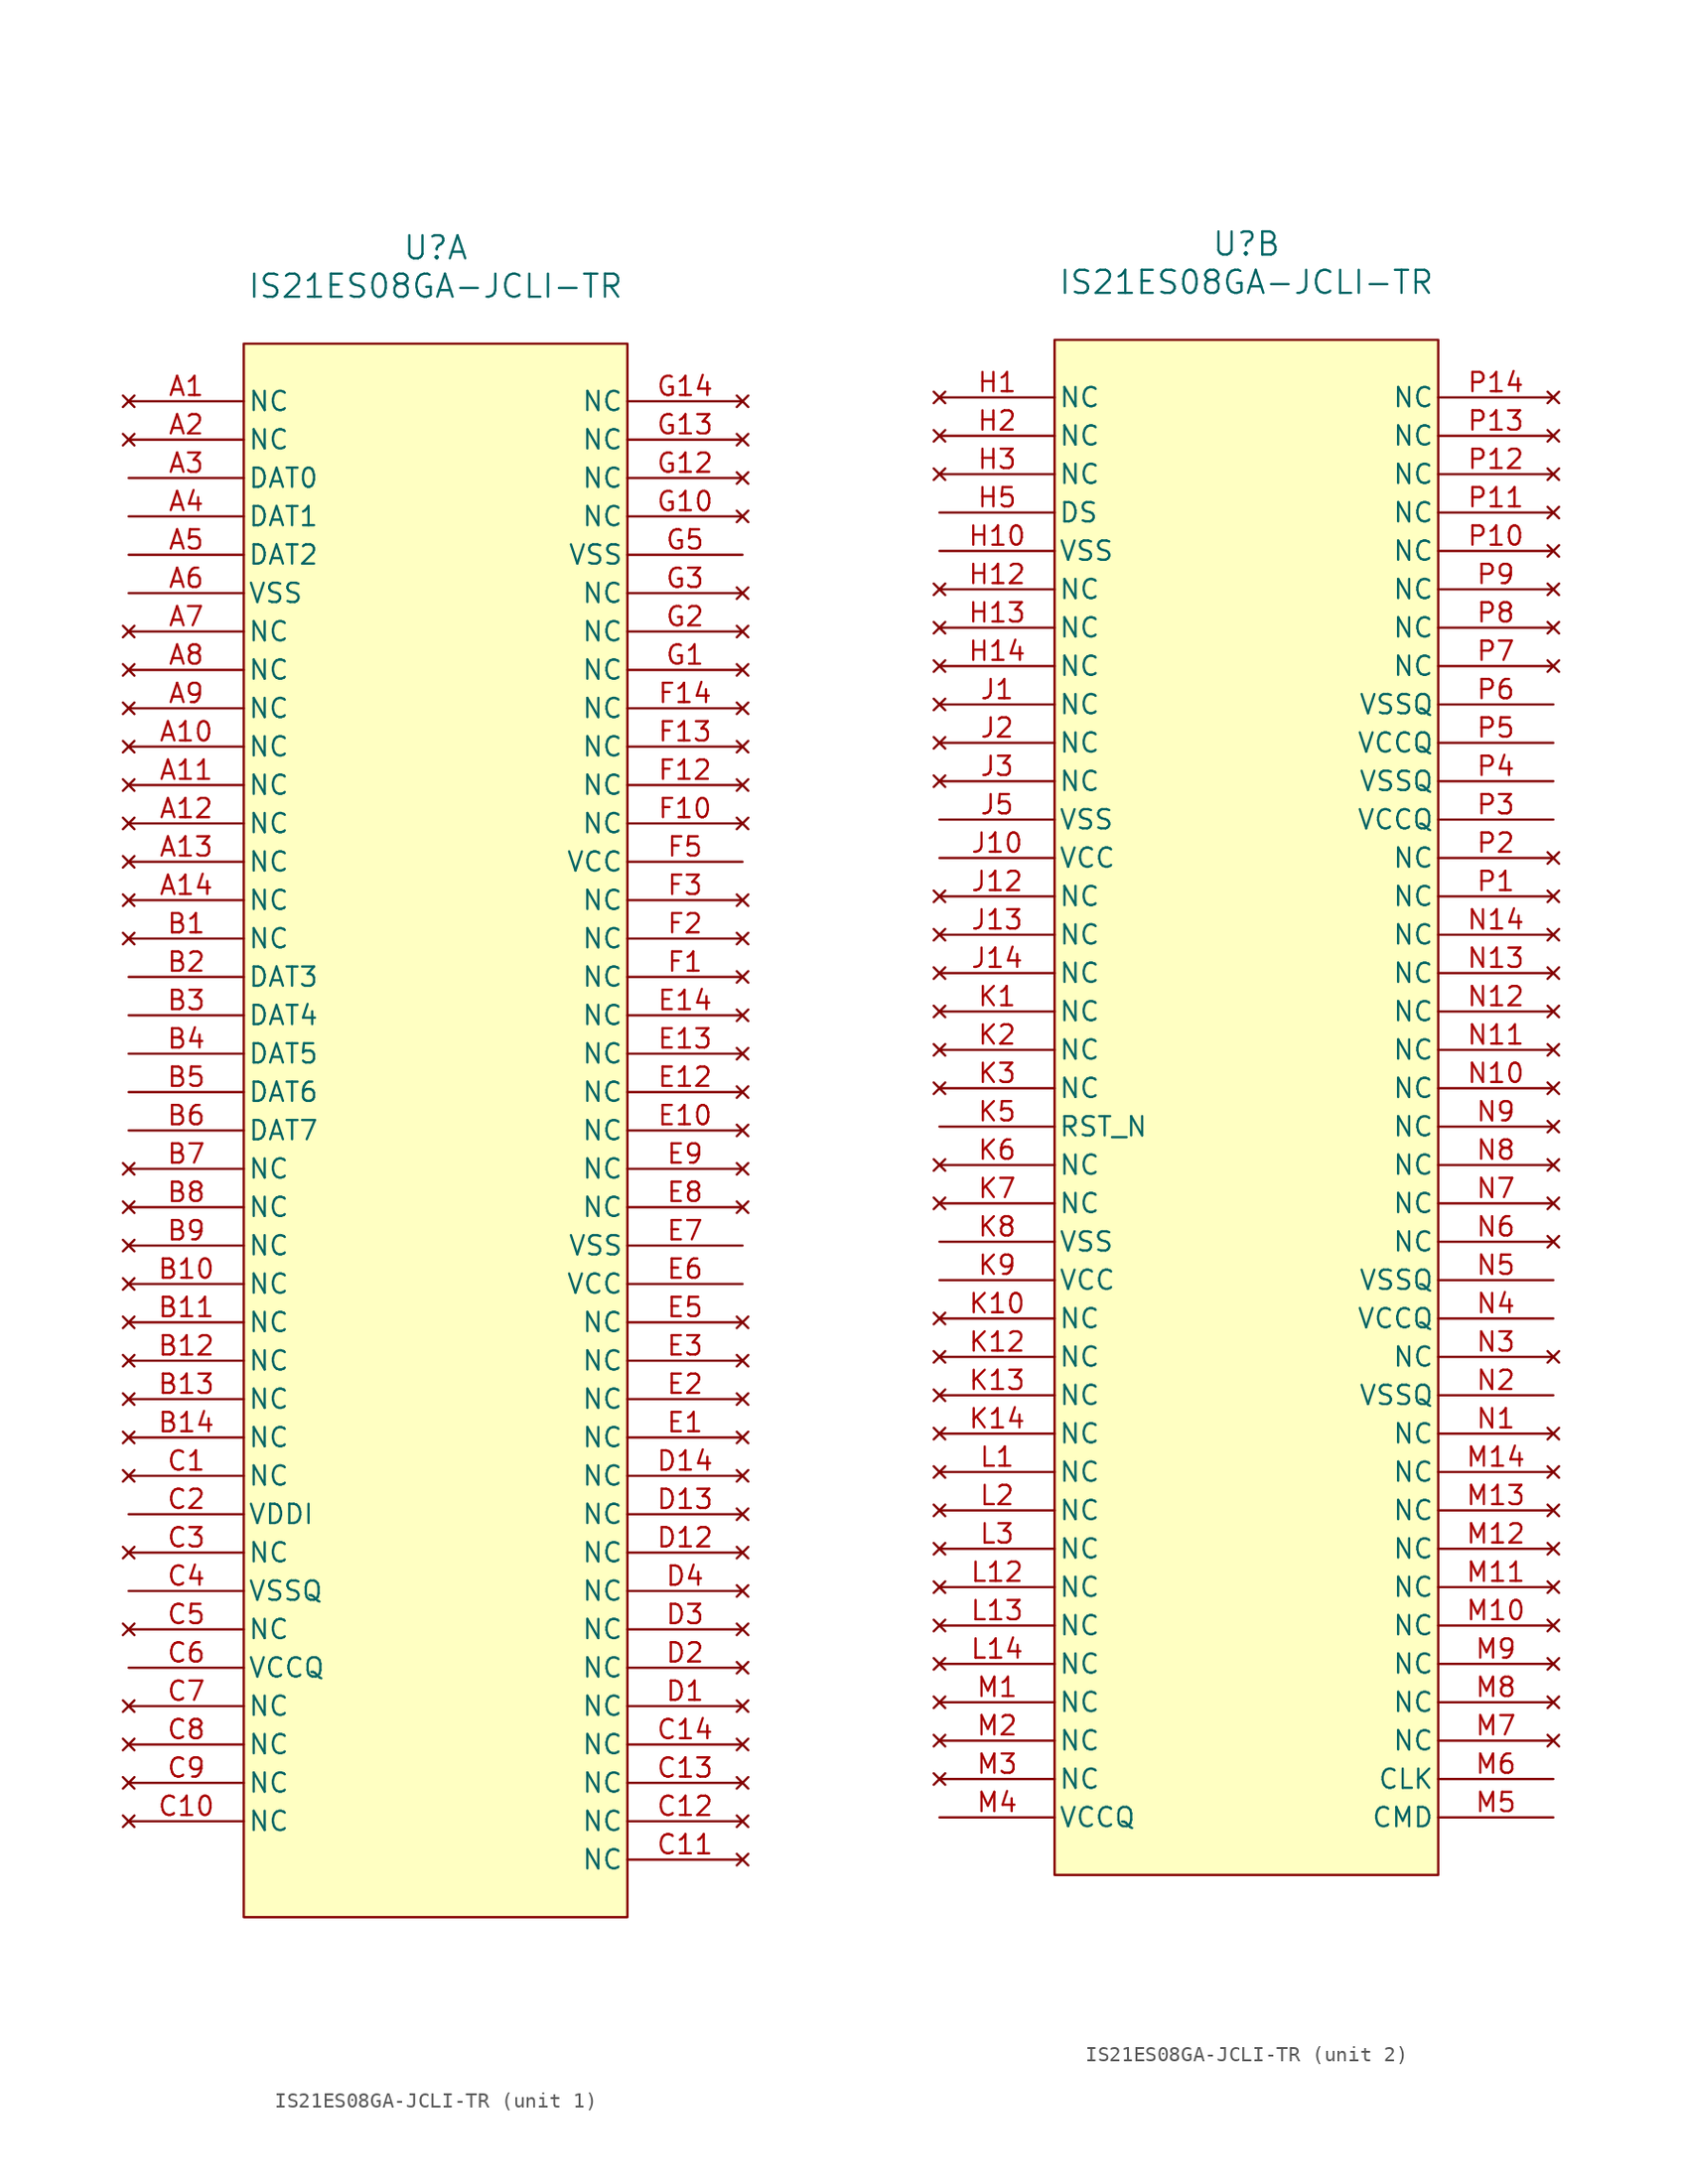
<source format=kicad_sym>
(kicad_symbol_lib
  (version 20241209)
  (generator "kicad_symbol_editor")
  (generator_version "9.0")
  (symbol "IS21ES08GA-JCLI-TR"
    (pin_names
      (offset 0.254))
    (property "Reference" "U"
      (at 20.32 10.16 0)
      (effects (font (size 1.524 1.524))))
    (property "Value" "IS21ES08GA-JCLI-TR"
      (at 20.32 7.62 0)
      (effects (font (size 1.524 1.524))))
    (property "ki_locked" ""
      (at 0 0 0)
      (effects (font (size 1.27 1.27))))
    (symbol "IS21ES08GA-JCLI-TR_1_1"
      (rectangle (start 7.62 3.81) (end 33.02 -100.33) (stroke (width 0) (type default)) (fill (type background)))
      (pin no_connect line (at 0 0 0) (length 7.62) (name "NC" (effects (font (size 1.27 1.27)))) (number "A1" (effects (font (size 1.27 1.27)))))
      (pin no_connect line (at 0 -2.54 0) (length 7.62) (name "NC" (effects (font (size 1.27 1.27)))) (number "A2" (effects (font (size 1.27 1.27)))))
      (pin bidirectional line (at 0 -5.08 0) (length 7.62) (name "DAT0" (effects (font (size 1.27 1.27)))) (number "A3" (effects (font (size 1.27 1.27)))))
      (pin bidirectional line (at 0 -7.62 0) (length 7.62) (name "DAT1" (effects (font (size 1.27 1.27)))) (number "A4" (effects (font (size 1.27 1.27)))))
      (pin bidirectional line (at 0 -10.16 0) (length 7.62) (name "DAT2" (effects (font (size 1.27 1.27)))) (number "A5" (effects (font (size 1.27 1.27)))))
      (pin power_out line (at 0 -12.7 0) (length 7.62) (name "VSS" (effects (font (size 1.27 1.27)))) (number "A6" (effects (font (size 1.27 1.27)))))
      (pin no_connect line (at 0 -15.24 0) (length 7.62) (name "NC" (effects (font (size 1.27 1.27)))) (number "A7" (effects (font (size 1.27 1.27)))))
      (pin no_connect line (at 0 -17.78 0) (length 7.62) (name "NC" (effects (font (size 1.27 1.27)))) (number "A8" (effects (font (size 1.27 1.27)))))
      (pin no_connect line (at 0 -20.32 0) (length 7.62) (name "NC" (effects (font (size 1.27 1.27)))) (number "A9" (effects (font (size 1.27 1.27)))))
      (pin no_connect line (at 0 -22.86 0) (length 7.62) (name "NC" (effects (font (size 1.27 1.27)))) (number "A10" (effects (font (size 1.27 1.27)))))
      (pin no_connect line (at 0 -25.4 0) (length 7.62) (name "NC" (effects (font (size 1.27 1.27)))) (number "A11" (effects (font (size 1.27 1.27)))))
      (pin no_connect line (at 0 -27.94 0) (length 7.62) (name "NC" (effects (font (size 1.27 1.27)))) (number "A12" (effects (font (size 1.27 1.27)))))
      (pin no_connect line (at 0 -30.48 0) (length 7.62) (name "NC" (effects (font (size 1.27 1.27)))) (number "A13" (effects (font (size 1.27 1.27)))))
      (pin no_connect line (at 0 -33.02 0) (length 7.62) (name "NC" (effects (font (size 1.27 1.27)))) (number "A14" (effects (font (size 1.27 1.27)))))
      (pin no_connect line (at 0 -35.56 0) (length 7.62) (name "NC" (effects (font (size 1.27 1.27)))) (number "B1" (effects (font (size 1.27 1.27)))))
      (pin bidirectional line (at 0 -38.1 0) (length 7.62) (name "DAT3" (effects (font (size 1.27 1.27)))) (number "B2" (effects (font (size 1.27 1.27)))))
      (pin bidirectional line (at 0 -40.64 0) (length 7.62) (name "DAT4" (effects (font (size 1.27 1.27)))) (number "B3" (effects (font (size 1.27 1.27)))))
      (pin bidirectional line (at 0 -43.18 0) (length 7.62) (name "DAT5" (effects (font (size 1.27 1.27)))) (number "B4" (effects (font (size 1.27 1.27)))))
      (pin bidirectional line (at 0 -45.72 0) (length 7.62) (name "DAT6" (effects (font (size 1.27 1.27)))) (number "B5" (effects (font (size 1.27 1.27)))))
      (pin bidirectional line (at 0 -48.26 0) (length 7.62) (name "DAT7" (effects (font (size 1.27 1.27)))) (number "B6" (effects (font (size 1.27 1.27)))))
      (pin no_connect line (at 0 -50.8 0) (length 7.62) (name "NC" (effects (font (size 1.27 1.27)))) (number "B7" (effects (font (size 1.27 1.27)))))
      (pin no_connect line (at 0 -53.34 0) (length 7.62) (name "NC" (effects (font (size 1.27 1.27)))) (number "B8" (effects (font (size 1.27 1.27)))))
      (pin no_connect line (at 0 -55.88 0) (length 7.62) (name "NC" (effects (font (size 1.27 1.27)))) (number "B9" (effects (font (size 1.27 1.27)))))
      (pin no_connect line (at 0 -58.42 0) (length 7.62) (name "NC" (effects (font (size 1.27 1.27)))) (number "B10" (effects (font (size 1.27 1.27)))))
      (pin no_connect line (at 0 -60.96 0) (length 7.62) (name "NC" (effects (font (size 1.27 1.27)))) (number "B11" (effects (font (size 1.27 1.27)))))
      (pin no_connect line (at 0 -63.5 0) (length 7.62) (name "NC" (effects (font (size 1.27 1.27)))) (number "B12" (effects (font (size 1.27 1.27)))))
      (pin no_connect line (at 0 -66.04 0) (length 7.62) (name "NC" (effects (font (size 1.27 1.27)))) (number "B13" (effects (font (size 1.27 1.27)))))
      (pin no_connect line (at 0 -68.58 0) (length 7.62) (name "NC" (effects (font (size 1.27 1.27)))) (number "B14" (effects (font (size 1.27 1.27)))))
      (pin no_connect line (at 0 -71.12 0) (length 7.62) (name "NC" (effects (font (size 1.27 1.27)))) (number "C1" (effects (font (size 1.27 1.27)))))
      (pin power_in line (at 0 -73.66 0) (length 7.62) (name "VDDI" (effects (font (size 1.27 1.27)))) (number "C2" (effects (font (size 1.27 1.27)))))
      (pin no_connect line (at 0 -76.2 0) (length 7.62) (name "NC" (effects (font (size 1.27 1.27)))) (number "C3" (effects (font (size 1.27 1.27)))))
      (pin power_out line (at 0 -78.74 0) (length 7.62) (name "VSSQ" (effects (font (size 1.27 1.27)))) (number "C4" (effects (font (size 1.27 1.27)))))
      (pin no_connect line (at 0 -81.28 0) (length 7.62) (name "NC" (effects (font (size 1.27 1.27)))) (number "C5" (effects (font (size 1.27 1.27)))))
      (pin power_in line (at 0 -83.82 0) (length 7.62) (name "VCCQ" (effects (font (size 1.27 1.27)))) (number "C6" (effects (font (size 1.27 1.27)))))
      (pin no_connect line (at 0 -86.36 0) (length 7.62) (name "NC" (effects (font (size 1.27 1.27)))) (number "C7" (effects (font (size 1.27 1.27)))))
      (pin no_connect line (at 0 -88.9 0) (length 7.62) (name "NC" (effects (font (size 1.27 1.27)))) (number "C8" (effects (font (size 1.27 1.27)))))
      (pin no_connect line (at 0 -91.44 0) (length 7.62) (name "NC" (effects (font (size 1.27 1.27)))) (number "C9" (effects (font (size 1.27 1.27)))))
      (pin no_connect line (at 0 -93.98 0) (length 7.62) (name "NC" (effects (font (size 1.27 1.27)))) (number "C10" (effects (font (size 1.27 1.27)))))
      (pin no_connect line (at 40.64 0 180) (length 7.62) (name "NC" (effects (font (size 1.27 1.27)))) (number "G14" (effects (font (size 1.27 1.27)))))
      (pin no_connect line (at 40.64 -2.54 180) (length 7.62) (name "NC" (effects (font (size 1.27 1.27)))) (number "G13" (effects (font (size 1.27 1.27)))))
      (pin no_connect line (at 40.64 -5.08 180) (length 7.62) (name "NC" (effects (font (size 1.27 1.27)))) (number "G12" (effects (font (size 1.27 1.27)))))
      (pin no_connect line (at 40.64 -7.62 180) (length 7.62) (name "NC" (effects (font (size 1.27 1.27)))) (number "G10" (effects (font (size 1.27 1.27)))))
      (pin power_out line (at 40.64 -10.16 180) (length 7.62) (name "VSS" (effects (font (size 1.27 1.27)))) (number "G5" (effects (font (size 1.27 1.27)))))
      (pin no_connect line (at 40.64 -12.7 180) (length 7.62) (name "NC" (effects (font (size 1.27 1.27)))) (number "G3" (effects (font (size 1.27 1.27)))))
      (pin no_connect line (at 40.64 -15.24 180) (length 7.62) (name "NC" (effects (font (size 1.27 1.27)))) (number "G2" (effects (font (size 1.27 1.27)))))
      (pin no_connect line (at 40.64 -17.78 180) (length 7.62) (name "NC" (effects (font (size 1.27 1.27)))) (number "G1" (effects (font (size 1.27 1.27)))))
      (pin no_connect line (at 40.64 -20.32 180) (length 7.62) (name "NC" (effects (font (size 1.27 1.27)))) (number "F14" (effects (font (size 1.27 1.27)))))
      (pin no_connect line (at 40.64 -22.86 180) (length 7.62) (name "NC" (effects (font (size 1.27 1.27)))) (number "F13" (effects (font (size 1.27 1.27)))))
      (pin no_connect line (at 40.64 -25.4 180) (length 7.62) (name "NC" (effects (font (size 1.27 1.27)))) (number "F12" (effects (font (size 1.27 1.27)))))
      (pin no_connect line (at 40.64 -27.94 180) (length 7.62) (name "NC" (effects (font (size 1.27 1.27)))) (number "F10" (effects (font (size 1.27 1.27)))))
      (pin power_in line (at 40.64 -30.48 180) (length 7.62) (name "VCC" (effects (font (size 1.27 1.27)))) (number "F5" (effects (font (size 1.27 1.27)))))
      (pin no_connect line (at 40.64 -33.02 180) (length 7.62) (name "NC" (effects (font (size 1.27 1.27)))) (number "F3" (effects (font (size 1.27 1.27)))))
      (pin no_connect line (at 40.64 -35.56 180) (length 7.62) (name "NC" (effects (font (size 1.27 1.27)))) (number "F2" (effects (font (size 1.27 1.27)))))
      (pin no_connect line (at 40.64 -38.1 180) (length 7.62) (name "NC" (effects (font (size 1.27 1.27)))) (number "F1" (effects (font (size 1.27 1.27)))))
      (pin no_connect line (at 40.64 -40.64 180) (length 7.62) (name "NC" (effects (font (size 1.27 1.27)))) (number "E14" (effects (font (size 1.27 1.27)))))
      (pin no_connect line (at 40.64 -43.18 180) (length 7.62) (name "NC" (effects (font (size 1.27 1.27)))) (number "E13" (effects (font (size 1.27 1.27)))))
      (pin no_connect line (at 40.64 -45.72 180) (length 7.62) (name "NC" (effects (font (size 1.27 1.27)))) (number "E12" (effects (font (size 1.27 1.27)))))
      (pin no_connect line (at 40.64 -48.26 180) (length 7.62) (name "NC" (effects (font (size 1.27 1.27)))) (number "E10" (effects (font (size 1.27 1.27)))))
      (pin no_connect line (at 40.64 -50.8 180) (length 7.62) (name "NC" (effects (font (size 1.27 1.27)))) (number "E9" (effects (font (size 1.27 1.27)))))
      (pin no_connect line (at 40.64 -53.34 180) (length 7.62) (name "NC" (effects (font (size 1.27 1.27)))) (number "E8" (effects (font (size 1.27 1.27)))))
      (pin power_out line (at 40.64 -55.88 180) (length 7.62) (name "VSS" (effects (font (size 1.27 1.27)))) (number "E7" (effects (font (size 1.27 1.27)))))
      (pin power_in line (at 40.64 -58.42 180) (length 7.62) (name "VCC" (effects (font (size 1.27 1.27)))) (number "E6" (effects (font (size 1.27 1.27)))))
      (pin no_connect line (at 40.64 -60.96 180) (length 7.62) (name "NC" (effects (font (size 1.27 1.27)))) (number "E5" (effects (font (size 1.27 1.27)))))
      (pin no_connect line (at 40.64 -63.5 180) (length 7.62) (name "NC" (effects (font (size 1.27 1.27)))) (number "E3" (effects (font (size 1.27 1.27)))))
      (pin no_connect line (at 40.64 -66.04 180) (length 7.62) (name "NC" (effects (font (size 1.27 1.27)))) (number "E2" (effects (font (size 1.27 1.27)))))
      (pin no_connect line (at 40.64 -68.58 180) (length 7.62) (name "NC" (effects (font (size 1.27 1.27)))) (number "E1" (effects (font (size 1.27 1.27)))))
      (pin no_connect line (at 40.64 -71.12 180) (length 7.62) (name "NC" (effects (font (size 1.27 1.27)))) (number "D14" (effects (font (size 1.27 1.27)))))
      (pin no_connect line (at 40.64 -73.66 180) (length 7.62) (name "NC" (effects (font (size 1.27 1.27)))) (number "D13" (effects (font (size 1.27 1.27)))))
      (pin no_connect line (at 40.64 -76.2 180) (length 7.62) (name "NC" (effects (font (size 1.27 1.27)))) (number "D12" (effects (font (size 1.27 1.27)))))
      (pin no_connect line (at 40.64 -78.74 180) (length 7.62) (name "NC" (effects (font (size 1.27 1.27)))) (number "D4" (effects (font (size 1.27 1.27)))))
      (pin no_connect line (at 40.64 -81.28 180) (length 7.62) (name "NC" (effects (font (size 1.27 1.27)))) (number "D3" (effects (font (size 1.27 1.27)))))
      (pin no_connect line (at 40.64 -83.82 180) (length 7.62) (name "NC" (effects (font (size 1.27 1.27)))) (number "D2" (effects (font (size 1.27 1.27)))))
      (pin no_connect line (at 40.64 -86.36 180) (length 7.62) (name "NC" (effects (font (size 1.27 1.27)))) (number "D1" (effects (font (size 1.27 1.27)))))
      (pin no_connect line (at 40.64 -88.9 180) (length 7.62) (name "NC" (effects (font (size 1.27 1.27)))) (number "C14" (effects (font (size 1.27 1.27)))))
      (pin no_connect line (at 40.64 -91.44 180) (length 7.62) (name "NC" (effects (font (size 1.27 1.27)))) (number "C13" (effects (font (size 1.27 1.27)))))
      (pin no_connect line (at 40.64 -93.98 180) (length 7.62) (name "NC" (effects (font (size 1.27 1.27)))) (number "C12" (effects (font (size 1.27 1.27)))))
      (pin no_connect line (at 40.64 -96.52 180) (length 7.62) (name "NC" (effects (font (size 1.27 1.27)))) (number "C11" (effects (font (size 1.27 1.27))))))
    (symbol "IS21ES08GA-JCLI-TR_2_1"
      (rectangle (start 7.62 3.81) (end 33.02 -97.79) (stroke (width 0) (type default)) (fill (type background)))
      (pin no_connect line (at 0 0 0) (length 7.62) (name "NC" (effects (font (size 1.27 1.27)))) (number "H1" (effects (font (size 1.27 1.27)))))
      (pin no_connect line (at 0 -2.54 0) (length 7.62) (name "NC" (effects (font (size 1.27 1.27)))) (number "H2" (effects (font (size 1.27 1.27)))))
      (pin no_connect line (at 0 -5.08 0) (length 7.62) (name "NC" (effects (font (size 1.27 1.27)))) (number "H3" (effects (font (size 1.27 1.27)))))
      (pin output line (at 0 -7.62 0) (length 7.62) (name "DS" (effects (font (size 1.27 1.27)))) (number "H5" (effects (font (size 1.27 1.27)))))
      (pin power_out line (at 0 -10.16 0) (length 7.62) (name "VSS" (effects (font (size 1.27 1.27)))) (number "H10" (effects (font (size 1.27 1.27)))))
      (pin no_connect line (at 0 -12.7 0) (length 7.62) (name "NC" (effects (font (size 1.27 1.27)))) (number "H12" (effects (font (size 1.27 1.27)))))
      (pin no_connect line (at 0 -15.24 0) (length 7.62) (name "NC" (effects (font (size 1.27 1.27)))) (number "H13" (effects (font (size 1.27 1.27)))))
      (pin no_connect line (at 0 -17.78 0) (length 7.62) (name "NC" (effects (font (size 1.27 1.27)))) (number "H14" (effects (font (size 1.27 1.27)))))
      (pin no_connect line (at 0 -20.32 0) (length 7.62) (name "NC" (effects (font (size 1.27 1.27)))) (number "J1" (effects (font (size 1.27 1.27)))))
      (pin no_connect line (at 0 -22.86 0) (length 7.62) (name "NC" (effects (font (size 1.27 1.27)))) (number "J2" (effects (font (size 1.27 1.27)))))
      (pin no_connect line (at 0 -25.4 0) (length 7.62) (name "NC" (effects (font (size 1.27 1.27)))) (number "J3" (effects (font (size 1.27 1.27)))))
      (pin power_out line (at 0 -27.94 0) (length 7.62) (name "VSS" (effects (font (size 1.27 1.27)))) (number "J5" (effects (font (size 1.27 1.27)))))
      (pin power_in line (at 0 -30.48 0) (length 7.62) (name "VCC" (effects (font (size 1.27 1.27)))) (number "J10" (effects (font (size 1.27 1.27)))))
      (pin no_connect line (at 0 -33.02 0) (length 7.62) (name "NC" (effects (font (size 1.27 1.27)))) (number "J12" (effects (font (size 1.27 1.27)))))
      (pin no_connect line (at 0 -35.56 0) (length 7.62) (name "NC" (effects (font (size 1.27 1.27)))) (number "J13" (effects (font (size 1.27 1.27)))))
      (pin no_connect line (at 0 -38.1 0) (length 7.62) (name "NC" (effects (font (size 1.27 1.27)))) (number "J14" (effects (font (size 1.27 1.27)))))
      (pin no_connect line (at 0 -40.64 0) (length 7.62) (name "NC" (effects (font (size 1.27 1.27)))) (number "K1" (effects (font (size 1.27 1.27)))))
      (pin no_connect line (at 0 -43.18 0) (length 7.62) (name "NC" (effects (font (size 1.27 1.27)))) (number "K2" (effects (font (size 1.27 1.27)))))
      (pin no_connect line (at 0 -45.72 0) (length 7.62) (name "NC" (effects (font (size 1.27 1.27)))) (number "K3" (effects (font (size 1.27 1.27)))))
      (pin input line (at 0 -48.26 0) (length 7.62) (name "RST_N" (effects (font (size 1.27 1.27)))) (number "K5" (effects (font (size 1.27 1.27)))))
      (pin no_connect line (at 0 -50.8 0) (length 7.62) (name "NC" (effects (font (size 1.27 1.27)))) (number "K6" (effects (font (size 1.27 1.27)))))
      (pin no_connect line (at 0 -53.34 0) (length 7.62) (name "NC" (effects (font (size 1.27 1.27)))) (number "K7" (effects (font (size 1.27 1.27)))))
      (pin power_out line (at 0 -55.88 0) (length 7.62) (name "VSS" (effects (font (size 1.27 1.27)))) (number "K8" (effects (font (size 1.27 1.27)))))
      (pin power_in line (at 0 -58.42 0) (length 7.62) (name "VCC" (effects (font (size 1.27 1.27)))) (number "K9" (effects (font (size 1.27 1.27)))))
      (pin no_connect line (at 0 -60.96 0) (length 7.62) (name "NC" (effects (font (size 1.27 1.27)))) (number "K10" (effects (font (size 1.27 1.27)))))
      (pin no_connect line (at 0 -63.5 0) (length 7.62) (name "NC" (effects (font (size 1.27 1.27)))) (number "K12" (effects (font (size 1.27 1.27)))))
      (pin no_connect line (at 0 -66.04 0) (length 7.62) (name "NC" (effects (font (size 1.27 1.27)))) (number "K13" (effects (font (size 1.27 1.27)))))
      (pin no_connect line (at 0 -68.58 0) (length 7.62) (name "NC" (effects (font (size 1.27 1.27)))) (number "K14" (effects (font (size 1.27 1.27)))))
      (pin no_connect line (at 0 -71.12 0) (length 7.62) (name "NC" (effects (font (size 1.27 1.27)))) (number "L1" (effects (font (size 1.27 1.27)))))
      (pin no_connect line (at 0 -73.66 0) (length 7.62) (name "NC" (effects (font (size 1.27 1.27)))) (number "L2" (effects (font (size 1.27 1.27)))))
      (pin no_connect line (at 0 -76.2 0) (length 7.62) (name "NC" (effects (font (size 1.27 1.27)))) (number "L3" (effects (font (size 1.27 1.27)))))
      (pin no_connect line (at 0 -78.74 0) (length 7.62) (name "NC" (effects (font (size 1.27 1.27)))) (number "L12" (effects (font (size 1.27 1.27)))))
      (pin no_connect line (at 0 -81.28 0) (length 7.62) (name "NC" (effects (font (size 1.27 1.27)))) (number "L13" (effects (font (size 1.27 1.27)))))
      (pin no_connect line (at 0 -83.82 0) (length 7.62) (name "NC" (effects (font (size 1.27 1.27)))) (number "L14" (effects (font (size 1.27 1.27)))))
      (pin no_connect line (at 0 -86.36 0) (length 7.62) (name "NC" (effects (font (size 1.27 1.27)))) (number "M1" (effects (font (size 1.27 1.27)))))
      (pin no_connect line (at 0 -88.9 0) (length 7.62) (name "NC" (effects (font (size 1.27 1.27)))) (number "M2" (effects (font (size 1.27 1.27)))))
      (pin no_connect line (at 0 -91.44 0) (length 7.62) (name "NC" (effects (font (size 1.27 1.27)))) (number "M3" (effects (font (size 1.27 1.27)))))
      (pin power_in line (at 0 -93.98 0) (length 7.62) (name "VCCQ" (effects (font (size 1.27 1.27)))) (number "M4" (effects (font (size 1.27 1.27)))))
      (pin no_connect line (at 40.64 0 180) (length 7.62) (name "NC" (effects (font (size 1.27 1.27)))) (number "P14" (effects (font (size 1.27 1.27)))))
      (pin no_connect line (at 40.64 -2.54 180) (length 7.62) (name "NC" (effects (font (size 1.27 1.27)))) (number "P13" (effects (font (size 1.27 1.27)))))
      (pin no_connect line (at 40.64 -5.08 180) (length 7.62) (name "NC" (effects (font (size 1.27 1.27)))) (number "P12" (effects (font (size 1.27 1.27)))))
      (pin no_connect line (at 40.64 -7.62 180) (length 7.62) (name "NC" (effects (font (size 1.27 1.27)))) (number "P11" (effects (font (size 1.27 1.27)))))
      (pin no_connect line (at 40.64 -10.16 180) (length 7.62) (name "NC" (effects (font (size 1.27 1.27)))) (number "P10" (effects (font (size 1.27 1.27)))))
      (pin no_connect line (at 40.64 -12.7 180) (length 7.62) (name "NC" (effects (font (size 1.27 1.27)))) (number "P9" (effects (font (size 1.27 1.27)))))
      (pin no_connect line (at 40.64 -15.24 180) (length 7.62) (name "NC" (effects (font (size 1.27 1.27)))) (number "P8" (effects (font (size 1.27 1.27)))))
      (pin no_connect line (at 40.64 -17.78 180) (length 7.62) (name "NC" (effects (font (size 1.27 1.27)))) (number "P7" (effects (font (size 1.27 1.27)))))
      (pin power_out line (at 40.64 -20.32 180) (length 7.62) (name "VSSQ" (effects (font (size 1.27 1.27)))) (number "P6" (effects (font (size 1.27 1.27)))))
      (pin power_in line (at 40.64 -22.86 180) (length 7.62) (name "VCCQ" (effects (font (size 1.27 1.27)))) (number "P5" (effects (font (size 1.27 1.27)))))
      (pin power_out line (at 40.64 -25.4 180) (length 7.62) (name "VSSQ" (effects (font (size 1.27 1.27)))) (number "P4" (effects (font (size 1.27 1.27)))))
      (pin power_in line (at 40.64 -27.94 180) (length 7.62) (name "VCCQ" (effects (font (size 1.27 1.27)))) (number "P3" (effects (font (size 1.27 1.27)))))
      (pin no_connect line (at 40.64 -30.48 180) (length 7.62) (name "NC" (effects (font (size 1.27 1.27)))) (number "P2" (effects (font (size 1.27 1.27)))))
      (pin no_connect line (at 40.64 -33.02 180) (length 7.62) (name "NC" (effects (font (size 1.27 1.27)))) (number "P1" (effects (font (size 1.27 1.27)))))
      (pin no_connect line (at 40.64 -35.56 180) (length 7.62) (name "NC" (effects (font (size 1.27 1.27)))) (number "N14" (effects (font (size 1.27 1.27)))))
      (pin no_connect line (at 40.64 -38.1 180) (length 7.62) (name "NC" (effects (font (size 1.27 1.27)))) (number "N13" (effects (font (size 1.27 1.27)))))
      (pin no_connect line (at 40.64 -40.64 180) (length 7.62) (name "NC" (effects (font (size 1.27 1.27)))) (number "N12" (effects (font (size 1.27 1.27)))))
      (pin no_connect line (at 40.64 -43.18 180) (length 7.62) (name "NC" (effects (font (size 1.27 1.27)))) (number "N11" (effects (font (size 1.27 1.27)))))
      (pin no_connect line (at 40.64 -45.72 180) (length 7.62) (name "NC" (effects (font (size 1.27 1.27)))) (number "N10" (effects (font (size 1.27 1.27)))))
      (pin no_connect line (at 40.64 -48.26 180) (length 7.62) (name "NC" (effects (font (size 1.27 1.27)))) (number "N9" (effects (font (size 1.27 1.27)))))
      (pin no_connect line (at 40.64 -50.8 180) (length 7.62) (name "NC" (effects (font (size 1.27 1.27)))) (number "N8" (effects (font (size 1.27 1.27)))))
      (pin no_connect line (at 40.64 -53.34 180) (length 7.62) (name "NC" (effects (font (size 1.27 1.27)))) (number "N7" (effects (font (size 1.27 1.27)))))
      (pin no_connect line (at 40.64 -55.88 180) (length 7.62) (name "NC" (effects (font (size 1.27 1.27)))) (number "N6" (effects (font (size 1.27 1.27)))))
      (pin power_out line (at 40.64 -58.42 180) (length 7.62) (name "VSSQ" (effects (font (size 1.27 1.27)))) (number "N5" (effects (font (size 1.27 1.27)))))
      (pin power_in line (at 40.64 -60.96 180) (length 7.62) (name "VCCQ" (effects (font (size 1.27 1.27)))) (number "N4" (effects (font (size 1.27 1.27)))))
      (pin no_connect line (at 40.64 -63.5 180) (length 7.62) (name "NC" (effects (font (size 1.27 1.27)))) (number "N3" (effects (font (size 1.27 1.27)))))
      (pin power_out line (at 40.64 -66.04 180) (length 7.62) (name "VSSQ" (effects (font (size 1.27 1.27)))) (number "N2" (effects (font (size 1.27 1.27)))))
      (pin no_connect line (at 40.64 -68.58 180) (length 7.62) (name "NC" (effects (font (size 1.27 1.27)))) (number "N1" (effects (font (size 1.27 1.27)))))
      (pin no_connect line (at 40.64 -71.12 180) (length 7.62) (name "NC" (effects (font (size 1.27 1.27)))) (number "M14" (effects (font (size 1.27 1.27)))))
      (pin no_connect line (at 40.64 -73.66 180) (length 7.62) (name "NC" (effects (font (size 1.27 1.27)))) (number "M13" (effects (font (size 1.27 1.27)))))
      (pin no_connect line (at 40.64 -76.2 180) (length 7.62) (name "NC" (effects (font (size 1.27 1.27)))) (number "M12" (effects (font (size 1.27 1.27)))))
      (pin no_connect line (at 40.64 -78.74 180) (length 7.62) (name "NC" (effects (font (size 1.27 1.27)))) (number "M11" (effects (font (size 1.27 1.27)))))
      (pin no_connect line (at 40.64 -81.28 180) (length 7.62) (name "NC" (effects (font (size 1.27 1.27)))) (number "M10" (effects (font (size 1.27 1.27)))))
      (pin no_connect line (at 40.64 -83.82 180) (length 7.62) (name "NC" (effects (font (size 1.27 1.27)))) (number "M9" (effects (font (size 1.27 1.27)))))
      (pin no_connect line (at 40.64 -86.36 180) (length 7.62) (name "NC" (effects (font (size 1.27 1.27)))) (number "M8" (effects (font (size 1.27 1.27)))))
      (pin no_connect line (at 40.64 -88.9 180) (length 7.62) (name "NC" (effects (font (size 1.27 1.27)))) (number "M7" (effects (font (size 1.27 1.27)))))
      (pin input line (at 40.64 -91.44 180) (length 7.62) (name "CLK" (effects (font (size 1.27 1.27)))) (number "M6" (effects (font (size 1.27 1.27)))))
      (pin bidirectional line (at 40.64 -93.98 180) (length 7.62) (name "CMD" (effects (font (size 1.27 1.27)))) (number "M5" (effects (font (size 1.27 1.27))))))))
</source>
